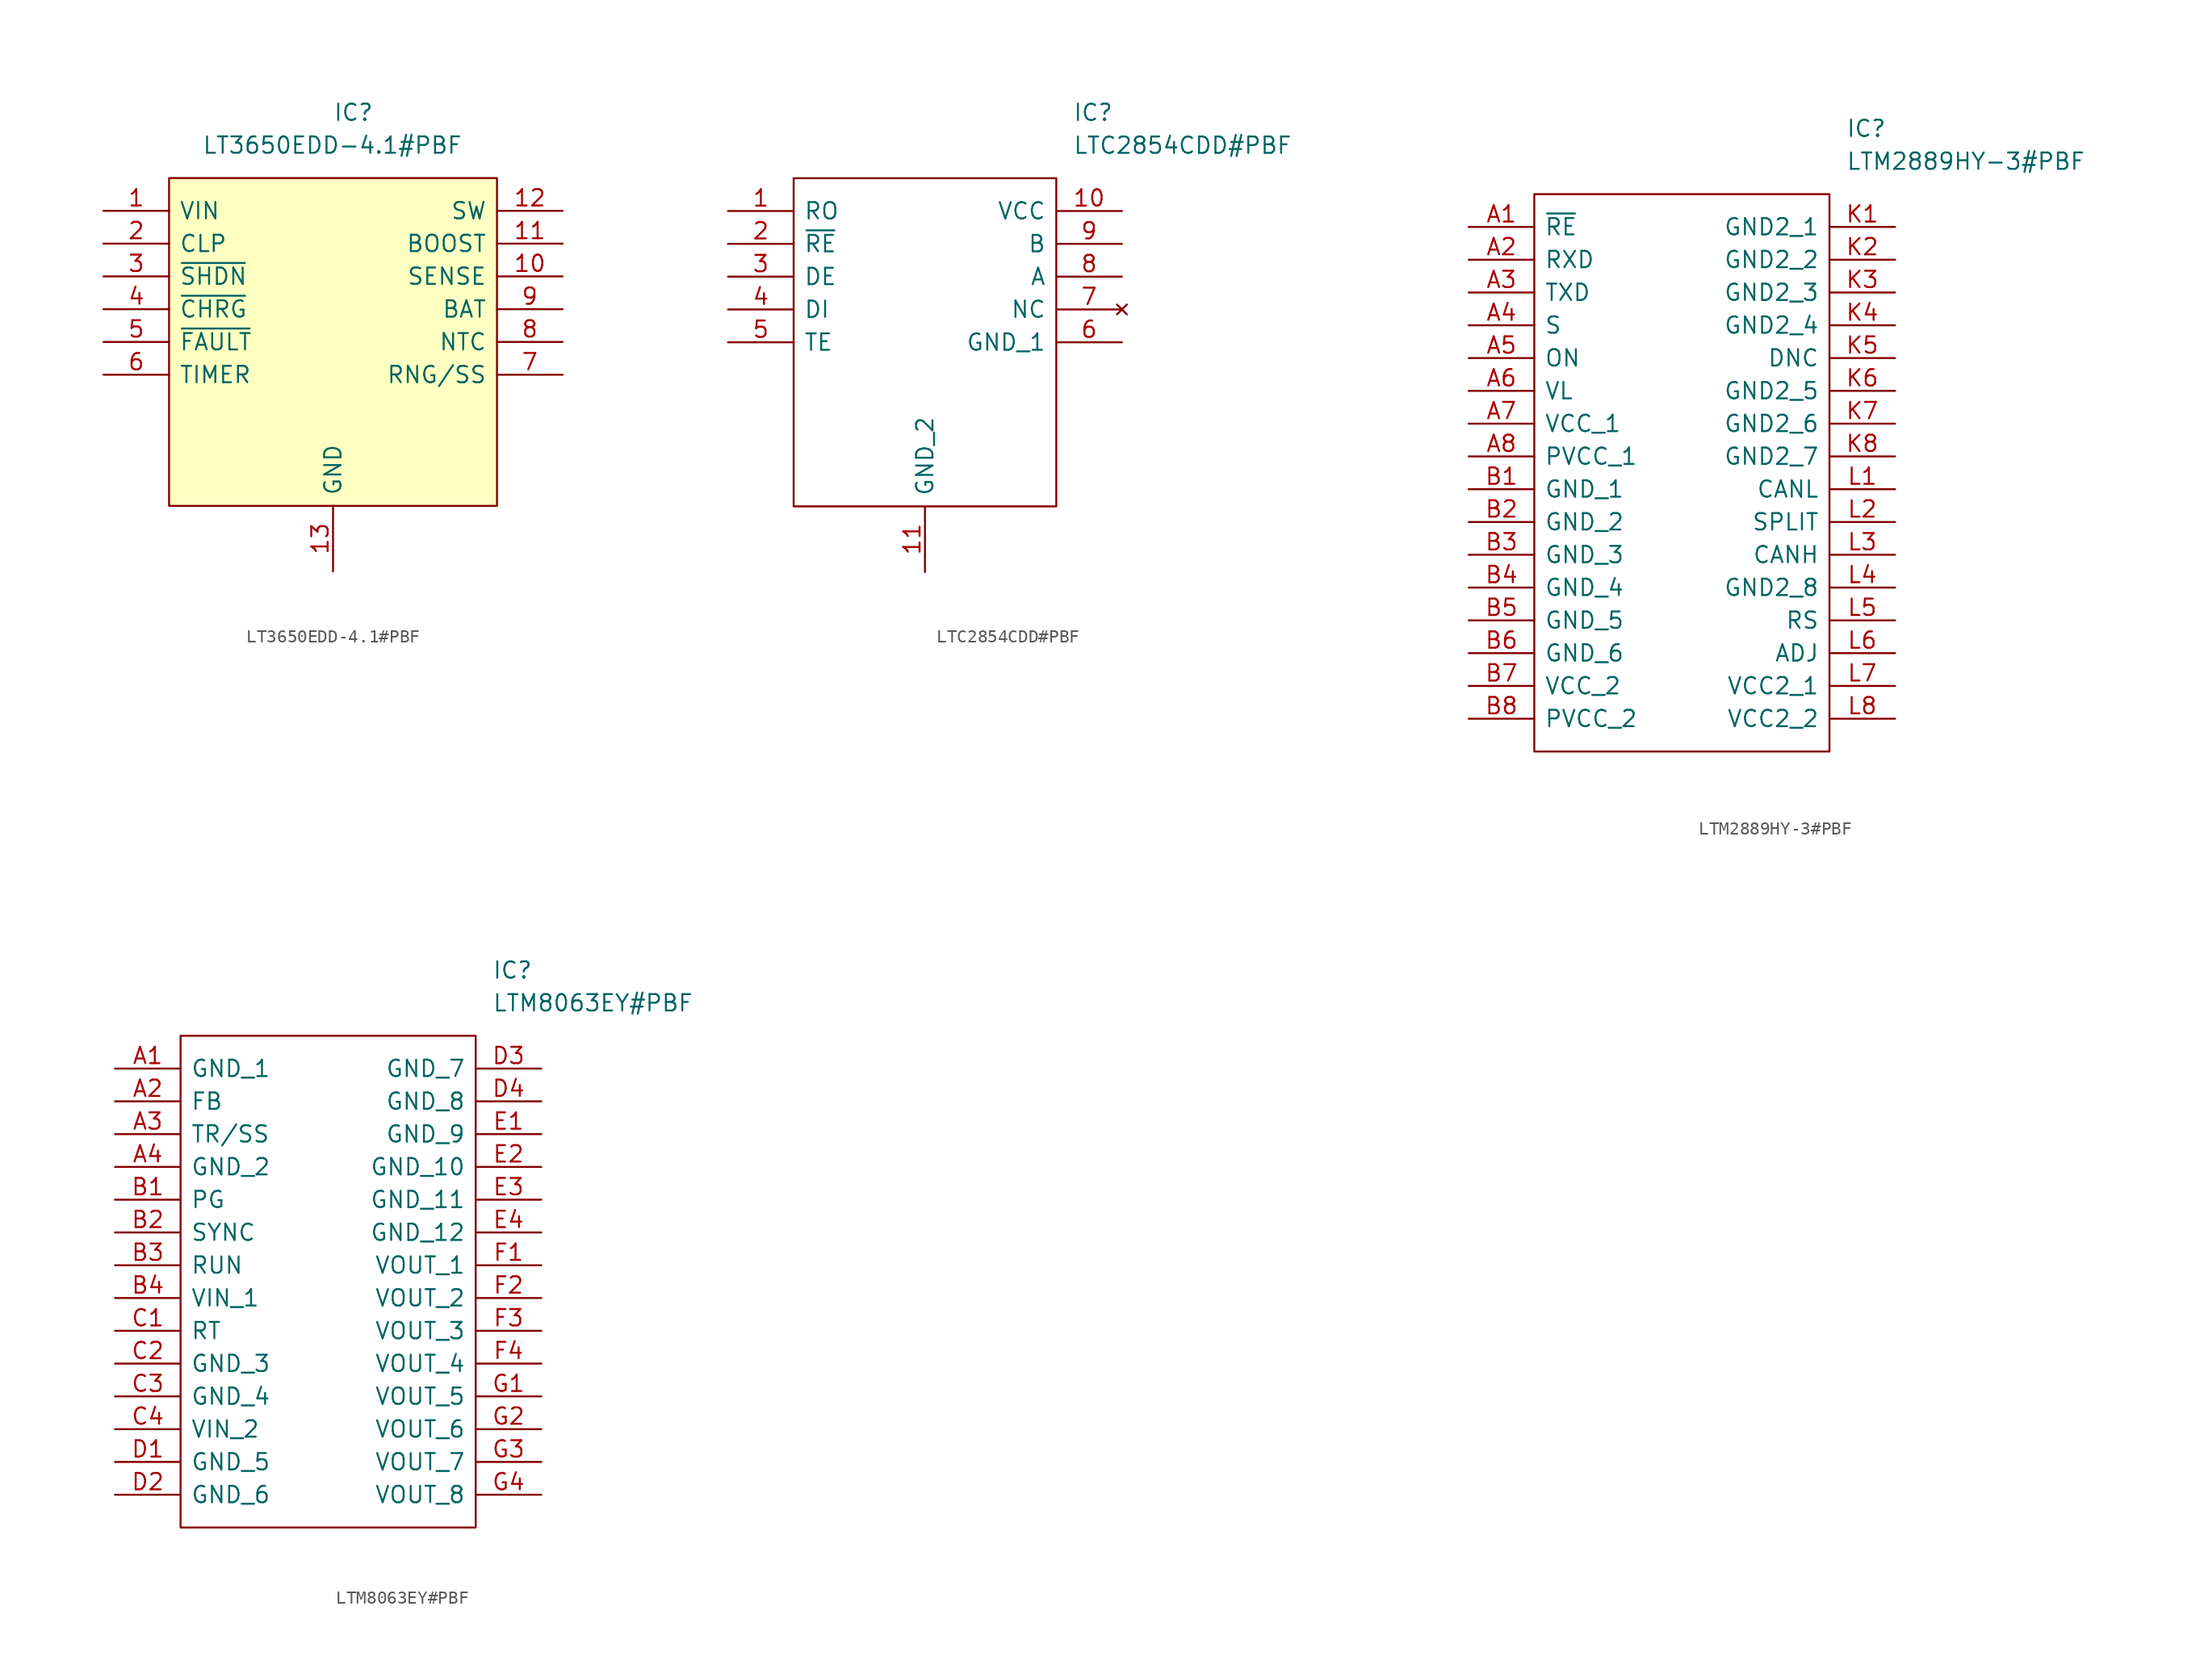
<source format=kicad_sym>
(kicad_symbol_lib
  (version 20220914)
  (generator kicad_symbol_editor)
  (symbol "LT3650EDD-4.1#PBF"
    (pin_names
      (offset 0.762))
    (property "Reference" "IC"
      (at 0 16.51 0)
      (effects (font (size 1.27 1.27)) (justify left)))
    (property "Value" "LT3650EDD-4.1#PBF"
      (at -10.16 13.97 0)
      (effects (font (size 1.27 1.27)) (justify left)))
    (symbol "LT3650EDD-4.1#PBF_0_0"
      (pin passive line (at -17.78 8.89 0) (length 5.08) (name "VIN" (effects (font (size 1.27 1.27)))) (number "1" (effects (font (size 1.27 1.27)))))
      (pin passive line (at 17.78 3.81 180) (length 5.08) (name "SENSE" (effects (font (size 1.27 1.27)))) (number "10" (effects (font (size 1.27 1.27)))))
      (pin passive line (at 17.78 6.35 180) (length 5.08) (name "BOOST" (effects (font (size 1.27 1.27)))) (number "11" (effects (font (size 1.27 1.27)))))
      (pin passive line (at 17.78 8.89 180) (length 5.08) (name "SW" (effects (font (size 1.27 1.27)))) (number "12" (effects (font (size 1.27 1.27)))))
      (pin passive line (at 0 -19.05 90) (length 5.08) (name "GND" (effects (font (size 1.27 1.27)))) (number "13" (effects (font (size 1.27 1.27)))))
      (pin passive line (at -17.78 6.35 0) (length 5.08) (name "CLP" (effects (font (size 1.27 1.27)))) (number "2" (effects (font (size 1.27 1.27)))))
      (pin passive line (at -17.78 3.81 0) (length 5.08) (name "~{SHDN}" (effects (font (size 1.27 1.27)))) (number "3" (effects (font (size 1.27 1.27)))))
      (pin passive line (at -17.78 1.27 0) (length 5.08) (name "~{CHRG}" (effects (font (size 1.27 1.27)))) (number "4" (effects (font (size 1.27 1.27)))))
      (pin passive line (at -17.78 -1.27 0) (length 5.08) (name "~{FAULT}" (effects (font (size 1.27 1.27)))) (number "5" (effects (font (size 1.27 1.27)))))
      (pin passive line (at -17.78 -3.81 0) (length 5.08) (name "TIMER" (effects (font (size 1.27 1.27)))) (number "6" (effects (font (size 1.27 1.27)))))
      (pin passive line (at 17.78 -3.81 180) (length 5.08) (name "RNG/SS" (effects (font (size 1.27 1.27)))) (number "7" (effects (font (size 1.27 1.27)))))
      (pin passive line (at 17.78 -1.27 180) (length 5.08) (name "NTC" (effects (font (size 1.27 1.27)))) (number "8" (effects (font (size 1.27 1.27)))))
      (pin passive line (at 17.78 1.27 180) (length 5.08) (name "BAT" (effects (font (size 1.27 1.27)))) (number "9" (effects (font (size 1.27 1.27))))))
    (symbol "LT3650EDD-4.1#PBF_0_1"
      (polyline (pts (xy -12.7 11.43) (xy 12.7 11.43) (xy 12.7 -13.97) (xy -12.7 -13.97) (xy -12.7 11.43)) (stroke (width 0.152) (type default)) (fill (type background)))))
  (symbol "LTC2854CDD#PBF"
    (pin_names
      (offset 0.762))
    (property "Reference" "IC"
      (at 26.67 7.62 0)
      (effects (font (size 1.27 1.27)) (justify left)))
    (property "Value" "LTC2854CDD#PBF"
      (at 26.67 5.08 0)
      (effects (font (size 1.27 1.27)) (justify left)))
    (symbol "LTC2854CDD#PBF_0_0"
      (pin passive line (at 0 0 0) (length 5.08) (name "RO" (effects (font (size 1.27 1.27)))) (number "1" (effects (font (size 1.27 1.27)))))
      (pin passive line (at 30.48 0 180) (length 5.08) (name "VCC" (effects (font (size 1.27 1.27)))) (number "10" (effects (font (size 1.27 1.27)))))
      (pin passive line (at 15.24 -27.94 90) (length 5.08) (name "GND_2" (effects (font (size 1.27 1.27)))) (number "11" (effects (font (size 1.27 1.27)))))
      (pin passive line (at 0 -2.54 0) (length 5.08) (name "~{RE}" (effects (font (size 1.27 1.27)))) (number "2" (effects (font (size 1.27 1.27)))))
      (pin passive line (at 0 -5.08 0) (length 5.08) (name "DE" (effects (font (size 1.27 1.27)))) (number "3" (effects (font (size 1.27 1.27)))))
      (pin passive line (at 0 -7.62 0) (length 5.08) (name "DI" (effects (font (size 1.27 1.27)))) (number "4" (effects (font (size 1.27 1.27)))))
      (pin passive line (at 0 -10.16 0) (length 5.08) (name "TE" (effects (font (size 1.27 1.27)))) (number "5" (effects (font (size 1.27 1.27)))))
      (pin passive line (at 30.48 -10.16 180) (length 5.08) (name "GND_1" (effects (font (size 1.27 1.27)))) (number "6" (effects (font (size 1.27 1.27)))))
      (pin no_connect line (at 30.48 -7.62 180) (length 5.08) (name "NC" (effects (font (size 1.27 1.27)))) (number "7" (effects (font (size 1.27 1.27)))))
      (pin passive line (at 30.48 -5.08 180) (length 5.08) (name "A" (effects (font (size 1.27 1.27)))) (number "8" (effects (font (size 1.27 1.27)))))
      (pin passive line (at 30.48 -2.54 180) (length 5.08) (name "B" (effects (font (size 1.27 1.27)))) (number "9" (effects (font (size 1.27 1.27))))))
    (symbol "LTC2854CDD#PBF_0_1"
      (polyline (pts (xy 5.08 2.54) (xy 25.4 2.54) (xy 25.4 -22.86) (xy 5.08 -22.86) (xy 5.08 2.54)) (stroke (width 0.152) (type default)) (fill (type none)))))
  (symbol "LTM2889HY-3#PBF"
    (pin_names
      (offset 0.762))
    (property "Reference" "IC"
      (at 29.21 7.62 0)
      (effects (font (size 1.27 1.27)) (justify left)))
    (property "Value" "LTM2889HY-3#PBF"
      (at 29.21 5.08 0)
      (effects (font (size 1.27 1.27)) (justify left)))
    (symbol "LTM2889HY-3#PBF_0_0"
      (pin passive line (at 0 0 0) (length 5.08) (name "~{RE}" (effects (font (size 1.27 1.27)))) (number "A1" (effects (font (size 1.27 1.27)))))
      (pin passive line (at 0 -2.54 0) (length 5.08) (name "RXD" (effects (font (size 1.27 1.27)))) (number "A2" (effects (font (size 1.27 1.27)))))
      (pin passive line (at 0 -5.08 0) (length 5.08) (name "TXD" (effects (font (size 1.27 1.27)))) (number "A3" (effects (font (size 1.27 1.27)))))
      (pin passive line (at 0 -7.62 0) (length 5.08) (name "S" (effects (font (size 1.27 1.27)))) (number "A4" (effects (font (size 1.27 1.27)))))
      (pin passive line (at 0 -10.16 0) (length 5.08) (name "ON" (effects (font (size 1.27 1.27)))) (number "A5" (effects (font (size 1.27 1.27)))))
      (pin passive line (at 0 -12.7 0) (length 5.08) (name "VL" (effects (font (size 1.27 1.27)))) (number "A6" (effects (font (size 1.27 1.27)))))
      (pin passive line (at 0 -15.24 0) (length 5.08) (name "VCC_1" (effects (font (size 1.27 1.27)))) (number "A7" (effects (font (size 1.27 1.27)))))
      (pin passive line (at 0 -17.78 0) (length 5.08) (name "PVCC_1" (effects (font (size 1.27 1.27)))) (number "A8" (effects (font (size 1.27 1.27)))))
      (pin passive line (at 0 -20.32 0) (length 5.08) (name "GND_1" (effects (font (size 1.27 1.27)))) (number "B1" (effects (font (size 1.27 1.27)))))
      (pin passive line (at 0 -22.86 0) (length 5.08) (name "GND_2" (effects (font (size 1.27 1.27)))) (number "B2" (effects (font (size 1.27 1.27)))))
      (pin passive line (at 0 -25.4 0) (length 5.08) (name "GND_3" (effects (font (size 1.27 1.27)))) (number "B3" (effects (font (size 1.27 1.27)))))
      (pin passive line (at 0 -27.94 0) (length 5.08) (name "GND_4" (effects (font (size 1.27 1.27)))) (number "B4" (effects (font (size 1.27 1.27)))))
      (pin passive line (at 0 -30.48 0) (length 5.08) (name "GND_5" (effects (font (size 1.27 1.27)))) (number "B5" (effects (font (size 1.27 1.27)))))
      (pin passive line (at 0 -33.02 0) (length 5.08) (name "GND_6" (effects (font (size 1.27 1.27)))) (number "B6" (effects (font (size 1.27 1.27)))))
      (pin passive line (at 0 -35.56 0) (length 5.08) (name "VCC_2" (effects (font (size 1.27 1.27)))) (number "B7" (effects (font (size 1.27 1.27)))))
      (pin passive line (at 0 -38.1 0) (length 5.08) (name "PVCC_2" (effects (font (size 1.27 1.27)))) (number "B8" (effects (font (size 1.27 1.27)))))
      (pin passive line (at 33.02 0 180) (length 5.08) (name "GND2_1" (effects (font (size 1.27 1.27)))) (number "K1" (effects (font (size 1.27 1.27)))))
      (pin passive line (at 33.02 -2.54 180) (length 5.08) (name "GND2_2" (effects (font (size 1.27 1.27)))) (number "K2" (effects (font (size 1.27 1.27)))))
      (pin passive line (at 33.02 -5.08 180) (length 5.08) (name "GND2_3" (effects (font (size 1.27 1.27)))) (number "K3" (effects (font (size 1.27 1.27)))))
      (pin passive line (at 33.02 -7.62 180) (length 5.08) (name "GND2_4" (effects (font (size 1.27 1.27)))) (number "K4" (effects (font (size 1.27 1.27)))))
      (pin passive line (at 33.02 -10.16 180) (length 5.08) (name "DNC" (effects (font (size 1.27 1.27)))) (number "K5" (effects (font (size 1.27 1.27)))))
      (pin passive line (at 33.02 -12.7 180) (length 5.08) (name "GND2_5" (effects (font (size 1.27 1.27)))) (number "K6" (effects (font (size 1.27 1.27)))))
      (pin passive line (at 33.02 -15.24 180) (length 5.08) (name "GND2_6" (effects (font (size 1.27 1.27)))) (number "K7" (effects (font (size 1.27 1.27)))))
      (pin passive line (at 33.02 -17.78 180) (length 5.08) (name "GND2_7" (effects (font (size 1.27 1.27)))) (number "K8" (effects (font (size 1.27 1.27)))))
      (pin passive line (at 33.02 -20.32 180) (length 5.08) (name "CANL" (effects (font (size 1.27 1.27)))) (number "L1" (effects (font (size 1.27 1.27)))))
      (pin passive line (at 33.02 -22.86 180) (length 5.08) (name "SPLIT" (effects (font (size 1.27 1.27)))) (number "L2" (effects (font (size 1.27 1.27)))))
      (pin passive line (at 33.02 -25.4 180) (length 5.08) (name "CANH" (effects (font (size 1.27 1.27)))) (number "L3" (effects (font (size 1.27 1.27)))))
      (pin passive line (at 33.02 -27.94 180) (length 5.08) (name "GND2_8" (effects (font (size 1.27 1.27)))) (number "L4" (effects (font (size 1.27 1.27)))))
      (pin passive line (at 33.02 -30.48 180) (length 5.08) (name "RS" (effects (font (size 1.27 1.27)))) (number "L5" (effects (font (size 1.27 1.27)))))
      (pin passive line (at 33.02 -33.02 180) (length 5.08) (name "ADJ" (effects (font (size 1.27 1.27)))) (number "L6" (effects (font (size 1.27 1.27)))))
      (pin passive line (at 33.02 -35.56 180) (length 5.08) (name "VCC2_1" (effects (font (size 1.27 1.27)))) (number "L7" (effects (font (size 1.27 1.27)))))
      (pin passive line (at 33.02 -38.1 180) (length 5.08) (name "VCC2_2" (effects (font (size 1.27 1.27)))) (number "L8" (effects (font (size 1.27 1.27))))))
    (symbol "LTM2889HY-3#PBF_0_1"
      (polyline (pts (xy 5.08 2.54) (xy 27.94 2.54) (xy 27.94 -40.64) (xy 5.08 -40.64) (xy 5.08 2.54)) (stroke (width 0.152) (type default)) (fill (type none)))))
  (symbol "LTM8063EY#PBF"
    (pin_names
      (offset 0.762))
    (property "Reference" "IC"
      (at 29.21 7.62 0)
      (effects (font (size 1.27 1.27)) (justify left)))
    (property "Value" "LTM8063EY#PBF"
      (at 29.21 5.08 0)
      (effects (font (size 1.27 1.27)) (justify left)))
    (symbol "LTM8063EY#PBF_0_0"
      (pin bidirectional line (at 0 0 0) (length 5.08) (name "GND_1" (effects (font (size 1.27 1.27)))) (number "A1" (effects (font (size 1.27 1.27)))))
      (pin bidirectional line (at 0 -2.54 0) (length 5.08) (name "FB" (effects (font (size 1.27 1.27)))) (number "A2" (effects (font (size 1.27 1.27)))))
      (pin bidirectional line (at 0 -5.08 0) (length 5.08) (name "TR/SS" (effects (font (size 1.27 1.27)))) (number "A3" (effects (font (size 1.27 1.27)))))
      (pin bidirectional line (at 0 -7.62 0) (length 5.08) (name "GND_2" (effects (font (size 1.27 1.27)))) (number "A4" (effects (font (size 1.27 1.27)))))
      (pin bidirectional line (at 0 -10.16 0) (length 5.08) (name "PG" (effects (font (size 1.27 1.27)))) (number "B1" (effects (font (size 1.27 1.27)))))
      (pin bidirectional line (at 0 -12.7 0) (length 5.08) (name "SYNC" (effects (font (size 1.27 1.27)))) (number "B2" (effects (font (size 1.27 1.27)))))
      (pin bidirectional line (at 0 -15.24 0) (length 5.08) (name "RUN" (effects (font (size 1.27 1.27)))) (number "B3" (effects (font (size 1.27 1.27)))))
      (pin input line (at 0 -17.78 0) (length 5.08) (name "VIN_1" (effects (font (size 1.27 1.27)))) (number "B4" (effects (font (size 1.27 1.27)))))
      (pin bidirectional line (at 0 -20.32 0) (length 5.08) (name "RT" (effects (font (size 1.27 1.27)))) (number "C1" (effects (font (size 1.27 1.27)))))
      (pin bidirectional line (at 0 -22.86 0) (length 5.08) (name "GND_3" (effects (font (size 1.27 1.27)))) (number "C2" (effects (font (size 1.27 1.27)))))
      (pin bidirectional line (at 0 -25.4 0) (length 5.08) (name "GND_4" (effects (font (size 1.27 1.27)))) (number "C3" (effects (font (size 1.27 1.27)))))
      (pin input line (at 0 -27.94 0) (length 5.08) (name "VIN_2" (effects (font (size 1.27 1.27)))) (number "C4" (effects (font (size 1.27 1.27)))))
      (pin bidirectional line (at 0 -30.48 0) (length 5.08) (name "GND_5" (effects (font (size 1.27 1.27)))) (number "D1" (effects (font (size 1.27 1.27)))))
      (pin bidirectional line (at 0 -33.02 0) (length 5.08) (name "GND_6" (effects (font (size 1.27 1.27)))) (number "D2" (effects (font (size 1.27 1.27)))))
      (pin bidirectional line (at 33.02 0 180) (length 5.08) (name "GND_7" (effects (font (size 1.27 1.27)))) (number "D3" (effects (font (size 1.27 1.27)))))
      (pin bidirectional line (at 33.02 -2.54 180) (length 5.08) (name "GND_8" (effects (font (size 1.27 1.27)))) (number "D4" (effects (font (size 1.27 1.27)))))
      (pin bidirectional line (at 33.02 -5.08 180) (length 5.08) (name "GND_9" (effects (font (size 1.27 1.27)))) (number "E1" (effects (font (size 1.27 1.27)))))
      (pin bidirectional line (at 33.02 -7.62 180) (length 5.08) (name "GND_10" (effects (font (size 1.27 1.27)))) (number "E2" (effects (font (size 1.27 1.27)))))
      (pin bidirectional line (at 33.02 -10.16 180) (length 5.08) (name "GND_11" (effects (font (size 1.27 1.27)))) (number "E3" (effects (font (size 1.27 1.27)))))
      (pin bidirectional line (at 33.02 -12.7 180) (length 5.08) (name "GND_12" (effects (font (size 1.27 1.27)))) (number "E4" (effects (font (size 1.27 1.27)))))
      (pin bidirectional line (at 33.02 -15.24 180) (length 5.08) (name "VOUT_1" (effects (font (size 1.27 1.27)))) (number "F1" (effects (font (size 1.27 1.27)))))
      (pin bidirectional line (at 33.02 -17.78 180) (length 5.08) (name "VOUT_2" (effects (font (size 1.27 1.27)))) (number "F2" (effects (font (size 1.27 1.27)))))
      (pin bidirectional line (at 33.02 -20.32 180) (length 5.08) (name "VOUT_3" (effects (font (size 1.27 1.27)))) (number "F3" (effects (font (size 1.27 1.27)))))
      (pin bidirectional line (at 33.02 -22.86 180) (length 5.08) (name "VOUT_4" (effects (font (size 1.27 1.27)))) (number "F4" (effects (font (size 1.27 1.27)))))
      (pin bidirectional line (at 33.02 -25.4 180) (length 5.08) (name "VOUT_5" (effects (font (size 1.27 1.27)))) (number "G1" (effects (font (size 1.27 1.27)))))
      (pin bidirectional line (at 33.02 -27.94 180) (length 5.08) (name "VOUT_6" (effects (font (size 1.27 1.27)))) (number "G2" (effects (font (size 1.27 1.27)))))
      (pin bidirectional line (at 33.02 -30.48 180) (length 5.08) (name "VOUT_7" (effects (font (size 1.27 1.27)))) (number "G3" (effects (font (size 1.27 1.27)))))
      (pin bidirectional line (at 33.02 -33.02 180) (length 5.08) (name "VOUT_8" (effects (font (size 1.27 1.27)))) (number "G4" (effects (font (size 1.27 1.27))))))
    (symbol "LTM8063EY#PBF_0_1"
      (polyline (pts (xy 5.08 2.54) (xy 27.94 2.54) (xy 27.94 -35.56) (xy 5.08 -35.56) (xy 5.08 2.54)) (stroke (width 0.152) (type default)) (fill (type none))))))
</source>
